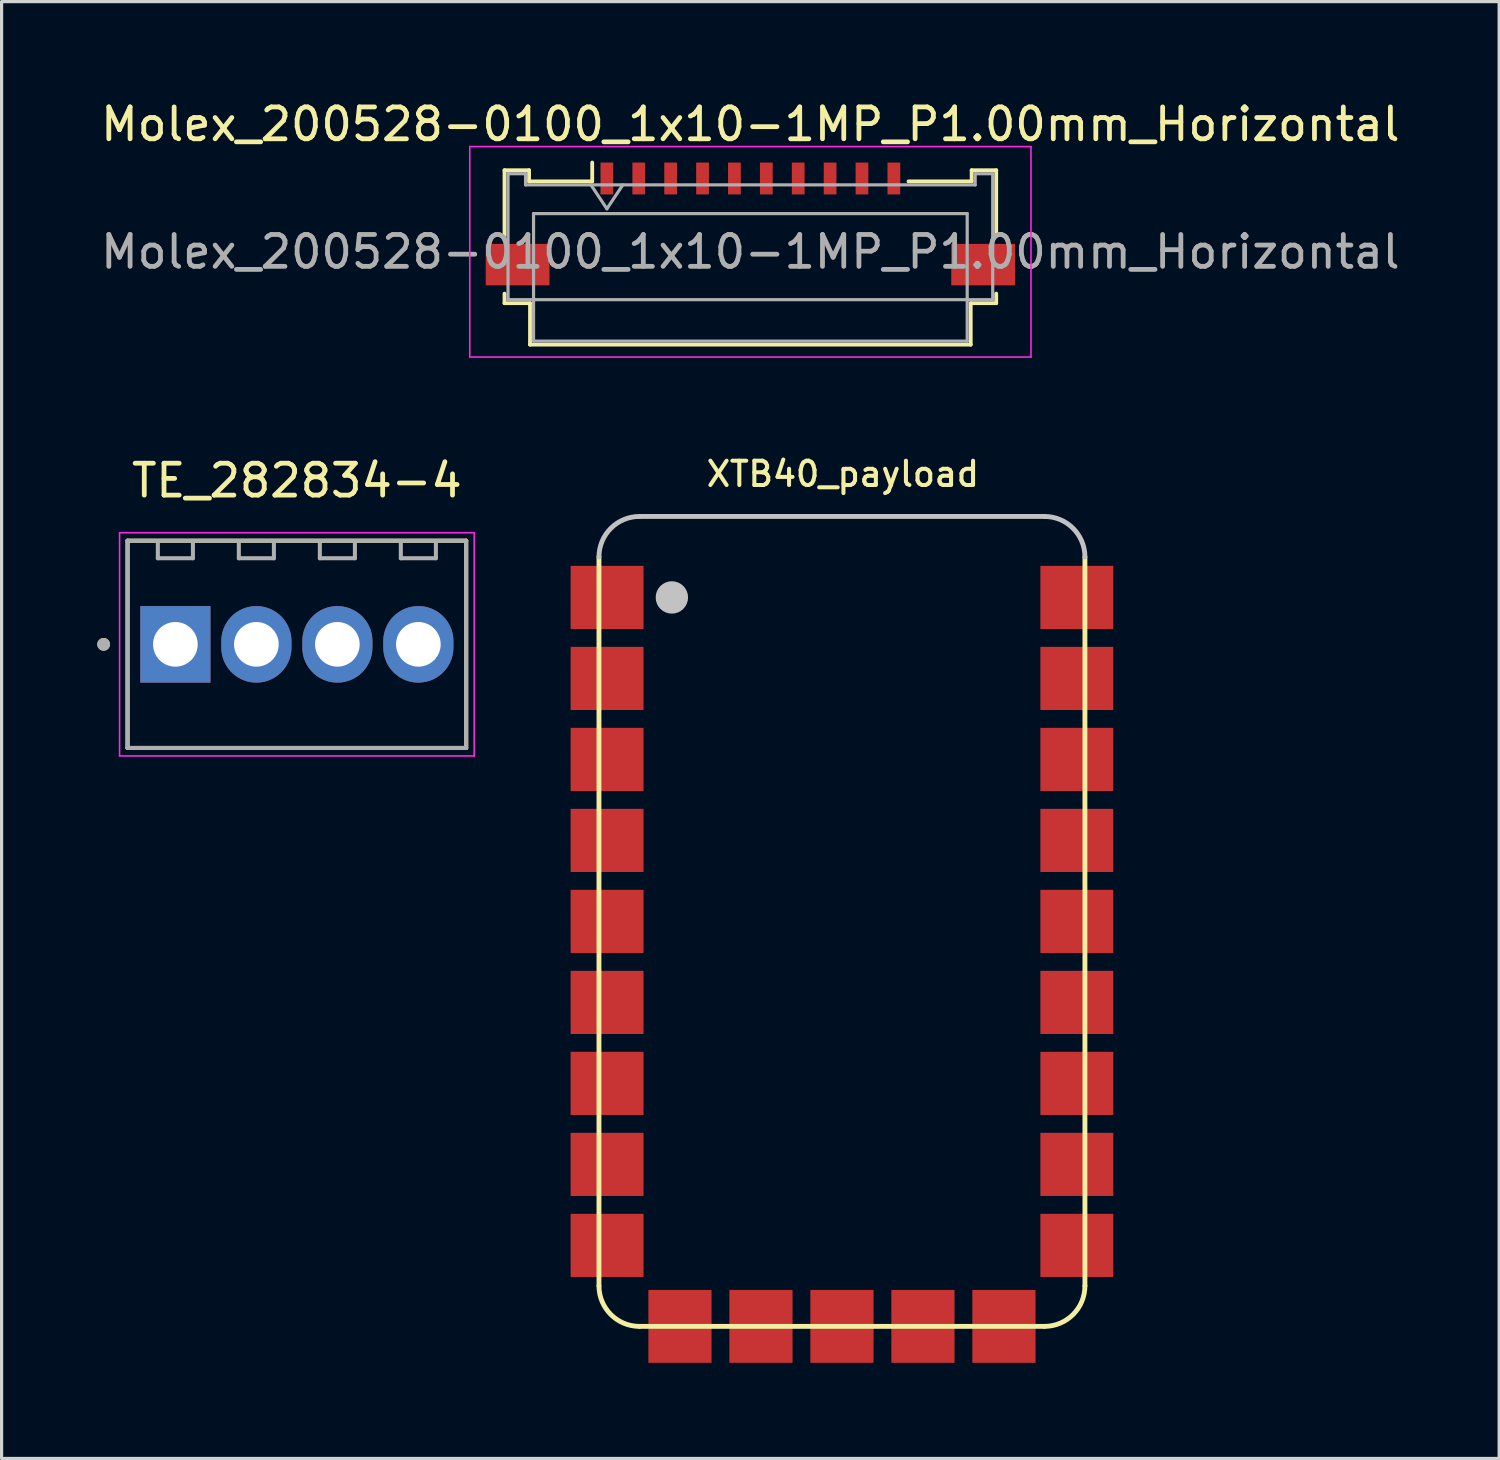
<source format=kicad_pcb>
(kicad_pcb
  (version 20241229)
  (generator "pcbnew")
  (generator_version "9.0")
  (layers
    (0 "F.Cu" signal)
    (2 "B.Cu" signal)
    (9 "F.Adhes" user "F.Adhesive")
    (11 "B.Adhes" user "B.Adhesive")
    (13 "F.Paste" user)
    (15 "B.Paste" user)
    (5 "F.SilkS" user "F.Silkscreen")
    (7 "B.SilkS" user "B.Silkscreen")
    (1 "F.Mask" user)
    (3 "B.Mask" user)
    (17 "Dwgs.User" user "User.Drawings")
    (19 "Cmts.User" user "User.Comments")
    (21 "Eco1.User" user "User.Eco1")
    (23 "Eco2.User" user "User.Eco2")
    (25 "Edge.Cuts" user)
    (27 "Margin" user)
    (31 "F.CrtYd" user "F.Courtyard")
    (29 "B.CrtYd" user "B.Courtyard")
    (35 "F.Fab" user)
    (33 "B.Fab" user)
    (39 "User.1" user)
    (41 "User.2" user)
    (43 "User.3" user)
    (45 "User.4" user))
  (footprint "TE_282834-4"
    (layer "F.Cu")
    (at 6.26 17.157)
    (property "Reference" "TE_282834-4" (at 0 -5.135 0) (layer "F.SilkS") (effects (font (size 1 1) (thickness 0.15))))
    (attr through_hole)
    (fp_line (start -5.31 -3.25) (end 5.31 -3.25) (stroke (width 0.127) (type solid)) (layer "F.SilkS"))
    (fp_line (start -5.31 3.25) (end -5.31 -3.25) (stroke (width 0.127) (type solid)) (layer "F.SilkS"))
    (fp_line (start 5.31 -3.25) (end 5.31 3.25) (stroke (width 0.127) (type solid)) (layer "F.SilkS"))
    (fp_line (start 5.31 3.25) (end -5.31 3.25) (stroke (width 0.127) (type solid)) (layer "F.SilkS"))
    (fp_circle (center -6.06 0) (end -5.96 0) (stroke (width 0.2) (type solid)) (fill no) (layer "F.SilkS"))
    (fp_line (start -5.56 -3.5) (end -5.56 3.5) (stroke (width 0.05) (type solid)) (layer "F.CrtYd"))
    (fp_line (start -5.56 3.5) (end 5.56 3.5) (stroke (width 0.05) (type solid)) (layer "F.CrtYd"))
    (fp_line (start 5.56 -3.5) (end -5.56 -3.5) (stroke (width 0.05) (type solid)) (layer "F.CrtYd"))
    (fp_line (start 5.56 3.5) (end 5.56 -3.5) (stroke (width 0.05) (type solid)) (layer "F.CrtYd"))
    (fp_line (start -5.31 -3.25) (end 5.31 -3.25) (stroke (width 0.127) (type solid)) (layer "F.Fab"))
    (fp_line (start -5.31 3.25) (end -5.31 -3.25) (stroke (width 0.127) (type solid)) (layer "F.Fab"))
    (fp_line (start -4.36 -2.7) (end -4.36 -3.2) (stroke (width 0.127) (type solid)) (layer "F.Fab"))
    (fp_line (start -4.36 -2.7) (end -3.26 -2.7) (stroke (width 0.127) (type solid)) (layer "F.Fab"))
    (fp_line (start -3.26 -2.7) (end -3.26 -3.2) (stroke (width 0.127) (type solid)) (layer "F.Fab"))
    (fp_line (start -1.82 -2.7) (end -1.82 -3.2) (stroke (width 0.127) (type solid)) (layer "F.Fab"))
    (fp_line (start -1.82 -2.7) (end -0.72 -2.7) (stroke (width 0.127) (type solid)) (layer "F.Fab"))
    (fp_line (start -0.72 -2.7) (end -0.72 -3.2) (stroke (width 0.127) (type solid)) (layer "F.Fab"))
    (fp_line (start 0.72 -2.7) (end 0.72 -3.2) (stroke (width 0.127) (type solid)) (layer "F.Fab"))
    (fp_line (start 0.72 -2.7) (end 1.82 -2.7) (stroke (width 0.127) (type solid)) (layer "F.Fab"))
    (fp_line (start 1.82 -2.7) (end 1.82 -3.2) (stroke (width 0.127) (type solid)) (layer "F.Fab"))
    (fp_line (start 3.26 -2.7) (end 3.26 -3.2) (stroke (width 0.127) (type solid)) (layer "F.Fab"))
    (fp_line (start 3.26 -2.7) (end 4.36 -2.7) (stroke (width 0.127) (type solid)) (layer "F.Fab"))
    (fp_line (start 4.36 -2.7) (end 4.36 -3.2) (stroke (width 0.127) (type solid)) (layer "F.Fab"))
    (fp_line (start 5.31 -3.25) (end 5.31 3.25) (stroke (width 0.127) (type solid)) (layer "F.Fab"))
    (fp_line (start 5.31 3.25) (end -5.31 3.25) (stroke (width 0.127) (type solid)) (layer "F.Fab"))
    (fp_circle (center -6.06 0) (end -5.96 0) (stroke (width 0.2) (type solid)) (fill no) (layer "F.Fab"))
    (pad "1" thru_hole rect (at -3.81 0) (size 2.2 2.4) (drill 1.4) (layers "*.Cu" "*.Mask"))
    (pad "2" thru_hole oval (at -1.27 0) (size 2.2 2.4) (drill 1.4) (layers "*.Cu" "*.Mask"))
    (pad "3" thru_hole oval (at 1.27 0) (size 2.2 2.4) (drill 1.4) (layers "*.Cu" "*.Mask"))
    (pad "4" thru_hole oval (at 3.81 0) (size 2.2 2.4) (drill 1.4) (layers "*.Cu" "*.Mask")))
  (footprint "Molex_200528-0100_1x10-1MP_P1.00mm_Horizontal"
    (layer "F.Cu")
    (at 20.482 3.458)
    (property "Reference" "Molex_200528-0100_1x10-1MP_P1.00mm_Horizontal" (at 0 -2.61 0) (layer "F.SilkS") (effects (font (size 1 1) (thickness 0.15))))
    (attr smd)
    (fp_line (start -7.71 -1.17) (end -7.71 0.88) (stroke (width 0.12) (type solid)) (layer "F.SilkS"))
    (fp_line (start -7.71 2.7) (end -7.71 3) (stroke (width 0.12) (type solid)) (layer "F.SilkS"))
    (fp_line (start -7.71 3) (end -6.91 3) (stroke (width 0.12) (type solid)) (layer "F.SilkS"))
    (fp_line (start -6.94 -1.17) (end -7.71 -1.17) (stroke (width 0.12) (type solid)) (layer "F.SilkS"))
    (fp_line (start -6.94 -0.82) (end -6.94 -1.17) (stroke (width 0.12) (type solid)) (layer "F.SilkS"))
    (fp_line (start -6.91 3) (end -6.91 4.3) (stroke (width 0.12) (type solid)) (layer "F.SilkS"))
    (fp_line (start -6.91 4.3) (end 6.91 4.3) (stroke (width 0.12) (type solid)) (layer "F.SilkS"))
    (fp_line (start -4.96 -1.41) (end -4.96 -0.82) (stroke (width 0.12) (type solid)) (layer "F.SilkS"))
    (fp_line (start -4.96 -0.82) (end -6.94 -0.82) (stroke (width 0.12) (type solid)) (layer "F.SilkS"))
    (fp_line (start 6.91 3) (end 7.71 3) (stroke (width 0.12) (type solid)) (layer "F.SilkS"))
    (fp_line (start 6.91 4.3) (end 6.91 3) (stroke (width 0.12) (type solid)) (layer "F.SilkS"))
    (fp_line (start 6.94 -1.17) (end 6.94 -0.82) (stroke (width 0.12) (type solid)) (layer "F.SilkS"))
    (fp_line (start 6.94 -0.82) (end 4.96 -0.82) (stroke (width 0.12) (type solid)) (layer "F.SilkS"))
    (fp_line (start 7.71 -1.17) (end 6.94 -1.17) (stroke (width 0.12) (type solid)) (layer "F.SilkS"))
    (fp_line (start 7.71 0.88) (end 7.71 -1.17) (stroke (width 0.12) (type solid)) (layer "F.SilkS"))
    (fp_line (start 7.71 3) (end 7.71 2.7) (stroke (width 0.12) (type solid)) (layer "F.SilkS"))
    (fp_line (start -8.8 -1.91) (end -8.8 4.69) (stroke (width 0.05) (type solid)) (layer "F.CrtYd"))
    (fp_line (start -8.8 4.69) (end 8.8 4.69) (stroke (width 0.05) (type solid)) (layer "F.CrtYd"))
    (fp_line (start 8.8 -1.91) (end -8.8 -1.91) (stroke (width 0.05) (type solid)) (layer "F.CrtYd"))
    (fp_line (start 8.8 4.69) (end 8.8 -1.91) (stroke (width 0.05) (type solid)) (layer "F.CrtYd"))
    (fp_line (start -7.6 -1.06) (end -7.6 2.89) (stroke (width 0.1) (type solid)) (layer "F.Fab"))
    (fp_line (start -7.6 2.89) (end 7.6 2.89) (stroke (width 0.1) (type solid)) (layer "F.Fab"))
    (fp_line (start -7.05 -1.06) (end -7.6 -1.06) (stroke (width 0.1) (type solid)) (layer "F.Fab"))
    (fp_line (start -7.05 -0.71) (end -7.05 -1.06) (stroke (width 0.1) (type solid)) (layer "F.Fab"))
    (fp_line (start -6.8 0.19) (end -6.8 4.19) (stroke (width 0.1) (type solid)) (layer "F.Fab"))
    (fp_line (start -6.8 4.19) (end 6.8 4.19) (stroke (width 0.1) (type solid)) (layer "F.Fab"))
    (fp_line (start -5 -0.71) (end -4.5 0.04) (stroke (width 0.1) (type solid)) (layer "F.Fab"))
    (fp_line (start -4.5 0.04) (end -4 -0.71) (stroke (width 0.1) (type solid)) (layer "F.Fab"))
    (fp_line (start 6.8 0.19) (end -6.8 0.19) (stroke (width 0.1) (type solid)) (layer "F.Fab"))
    (fp_line (start 6.8 4.19) (end 6.8 0.19) (stroke (width 0.1) (type solid)) (layer "F.Fab"))
    (fp_line (start 7.05 -1.06) (end 7.05 -0.71) (stroke (width 0.1) (type solid)) (layer "F.Fab"))
    (fp_line (start 7.05 -0.71) (end -7.05 -0.71) (stroke (width 0.1) (type solid)) (layer "F.Fab"))
    (fp_line (start 7.6 -1.06) (end 7.05 -1.06) (stroke (width 0.1) (type solid)) (layer "F.Fab"))
    (fp_line (start 7.6 2.89) (end 7.6 -1.06) (stroke (width 0.1) (type solid)) (layer "F.Fab"))
    (fp_text user "${REFERENCE}" (at 0 1.39 0) (layer "F.Fab") (effects (font (size 1 1) (thickness 0.15))))
    (pad "1" smd rect (at -4.5 -0.91) (size 0.4 1) (layers "F.Cu" "F.Mask" "F.Paste"))
    (pad "2" smd rect (at -3.5 -0.91) (size 0.4 1) (layers "F.Cu" "F.Mask" "F.Paste"))
    (pad "3" smd rect (at -2.5 -0.91) (size 0.4 1) (layers "F.Cu" "F.Mask" "F.Paste"))
    (pad "4" smd rect (at -1.5 -0.91) (size 0.4 1) (layers "F.Cu" "F.Mask" "F.Paste"))
    (pad "5" smd rect (at -0.5 -0.91) (size 0.4 1) (layers "F.Cu" "F.Mask" "F.Paste"))
    (pad "6" smd rect (at 0.5 -0.91) (size 0.4 1) (layers "F.Cu" "F.Mask" "F.Paste"))
    (pad "7" smd rect (at 1.5 -0.91) (size 0.4 1) (layers "F.Cu" "F.Mask" "F.Paste"))
    (pad "8" smd rect (at 2.5 -0.91) (size 0.4 1) (layers "F.Cu" "F.Mask" "F.Paste"))
    (pad "9" smd rect (at 3.5 -0.91) (size 0.4 1) (layers "F.Cu" "F.Mask" "F.Paste"))
    (pad "10" smd rect (at 4.5 -0.91) (size 0.4 1) (layers "F.Cu" "F.Mask" "F.Paste"))
    (pad "MP" smd rect (at -7.3 1.79) (size 2 1.3) (layers "F.Cu" "F.Mask" "F.Paste"))
    (pad "MP" smd rect (at 7.3 1.79) (size 2 1.3) (layers "F.Cu" "F.Mask" "F.Paste")))
  (footprint "XTB40_payload"
    (layer "F.Cu")
    (at 15.734 38.546)
    (property "Reference" "XTB40_payload" (at 3.302 -27.178 180) (layer "F.SilkS") (effects (font (size 0.762 0.762) (thickness 0.127)) (justify left top)))
    (attr exclude_from_pos_files exclude_from_bom)
    (fp_line (start 0 -24.13) (end 0 -1.27) (stroke (width 0.152) (type solid)) (layer "F.SilkS"))
    (fp_line (start 1.27 0) (end 13.97 0) (stroke (width 0.152) (type solid)) (layer "F.SilkS"))
    (fp_line (start 15.24 -1.27) (end 15.24 -24.13) (stroke (width 0.152) (type solid)) (layer "F.SilkS"))
    (fp_arc (start 1.27 0) (mid 0.371974 -0.371974) (end 0 -1.27) (stroke (width 0.1524) (type solid)) (layer "F.SilkS"))
    (fp_arc (start 15.24 -1.27) (mid 14.868026 -0.371974) (end 13.97 0) (stroke (width 0.1524) (type solid)) (layer "F.SilkS"))
    (fp_line (start 13.97 -25.4) (end 1.27 -25.4) (stroke (width 0.152) (type solid)) (layer "Dwgs.User"))
    (fp_arc (start 0 -24.13) (mid 0.371974 -25.028026) (end 1.27 -25.4) (stroke (width 0.1524) (type solid)) (layer "Dwgs.User"))
    (fp_arc (start 13.97 -25.4) (mid 14.868026 -25.028026) (end 15.24 -24.13) (stroke (width 0.1524) (type solid)) (layer "Dwgs.User"))
    (fp_circle (center 2.286 -22.86) (end 2.54 -22.86) (stroke (width 0.508) (type solid)) (fill no) (layer "Dwgs.User"))
    (pad "1" smd rect (at 0.254 -22.86) (size 2.286 1.981) (layers "F.Cu" "F.Mask"))
    (pad "2" smd rect (at 0.254 -20.32) (size 2.286 1.981) (layers "F.Cu" "F.Mask"))
    (pad "3" smd rect (at 0.254 -17.78) (size 2.286 1.981) (layers "F.Cu" "F.Mask"))
    (pad "4" smd rect (at 0.254 -15.24) (size 2.286 1.981) (layers "F.Cu" "F.Mask"))
    (pad "5" smd rect (at 0.254 -12.7) (size 2.286 1.981) (layers "F.Cu" "F.Mask"))
    (pad "6" smd rect (at 0.254 -10.16) (size 2.286 1.981) (layers "F.Cu" "F.Mask"))
    (pad "7" smd rect (at 0.254 -7.62) (size 2.286 1.981) (layers "F.Cu" "F.Mask"))
    (pad "8" smd rect (at 0.254 -5.08) (size 2.286 1.981) (layers "F.Cu" "F.Mask"))
    (pad "9" smd rect (at 0.254 -2.54) (size 2.286 1.981) (layers "F.Cu" "F.Mask"))
    (pad "10" smd rect (at 2.54 0 270) (size 2.286 1.981) (layers "F.Cu" "F.Mask"))
    (pad "11" smd rect (at 5.08 0 270) (size 2.286 1.981) (layers "F.Cu" "F.Mask"))
    (pad "12" smd rect (at 7.62 0 270) (size 2.286 1.981) (layers "F.Cu" "F.Mask"))
    (pad "13" smd rect (at 10.16 0 270) (size 2.286 1.981) (layers "F.Cu" "F.Mask"))
    (pad "14" smd rect (at 12.7 0 270) (size 2.286 1.981) (layers "F.Cu" "F.Mask"))
    (pad "15" smd rect (at 14.986 -2.54) (size 2.286 1.981) (layers "F.Cu" "F.Mask"))
    (pad "16" smd rect (at 14.986 -5.08) (size 2.286 1.981) (layers "F.Cu" "F.Mask"))
    (pad "17" smd rect (at 14.986 -7.62) (size 2.286 1.981) (layers "F.Cu" "F.Mask"))
    (pad "18" smd rect (at 14.986 -10.16) (size 2.286 1.981) (layers "F.Cu" "F.Mask"))
    (pad "19" smd rect (at 14.986 -12.7) (size 2.286 1.981) (layers "F.Cu" "F.Mask"))
    (pad "20" smd rect (at 14.986 -15.24) (size 2.286 1.981) (layers "F.Cu" "F.Mask"))
    (pad "21" smd rect (at 14.986 -17.78) (size 2.286 1.981) (layers "F.Cu" "F.Mask"))
    (pad "22" smd rect (at 14.986 -20.32) (size 2.286 1.981) (layers "F.Cu" "F.Mask"))
    (pad "23" smd rect (at 14.986 -22.86) (size 2.286 1.981) (layers "F.Cu" "F.Mask")))
  (gr_rect
    (start -3 -3)
    (end 43.964 42.689)
    (stroke (width 0.1) (type default))
    (fill no)
    (layer "Edge.Cuts")))
</source>
